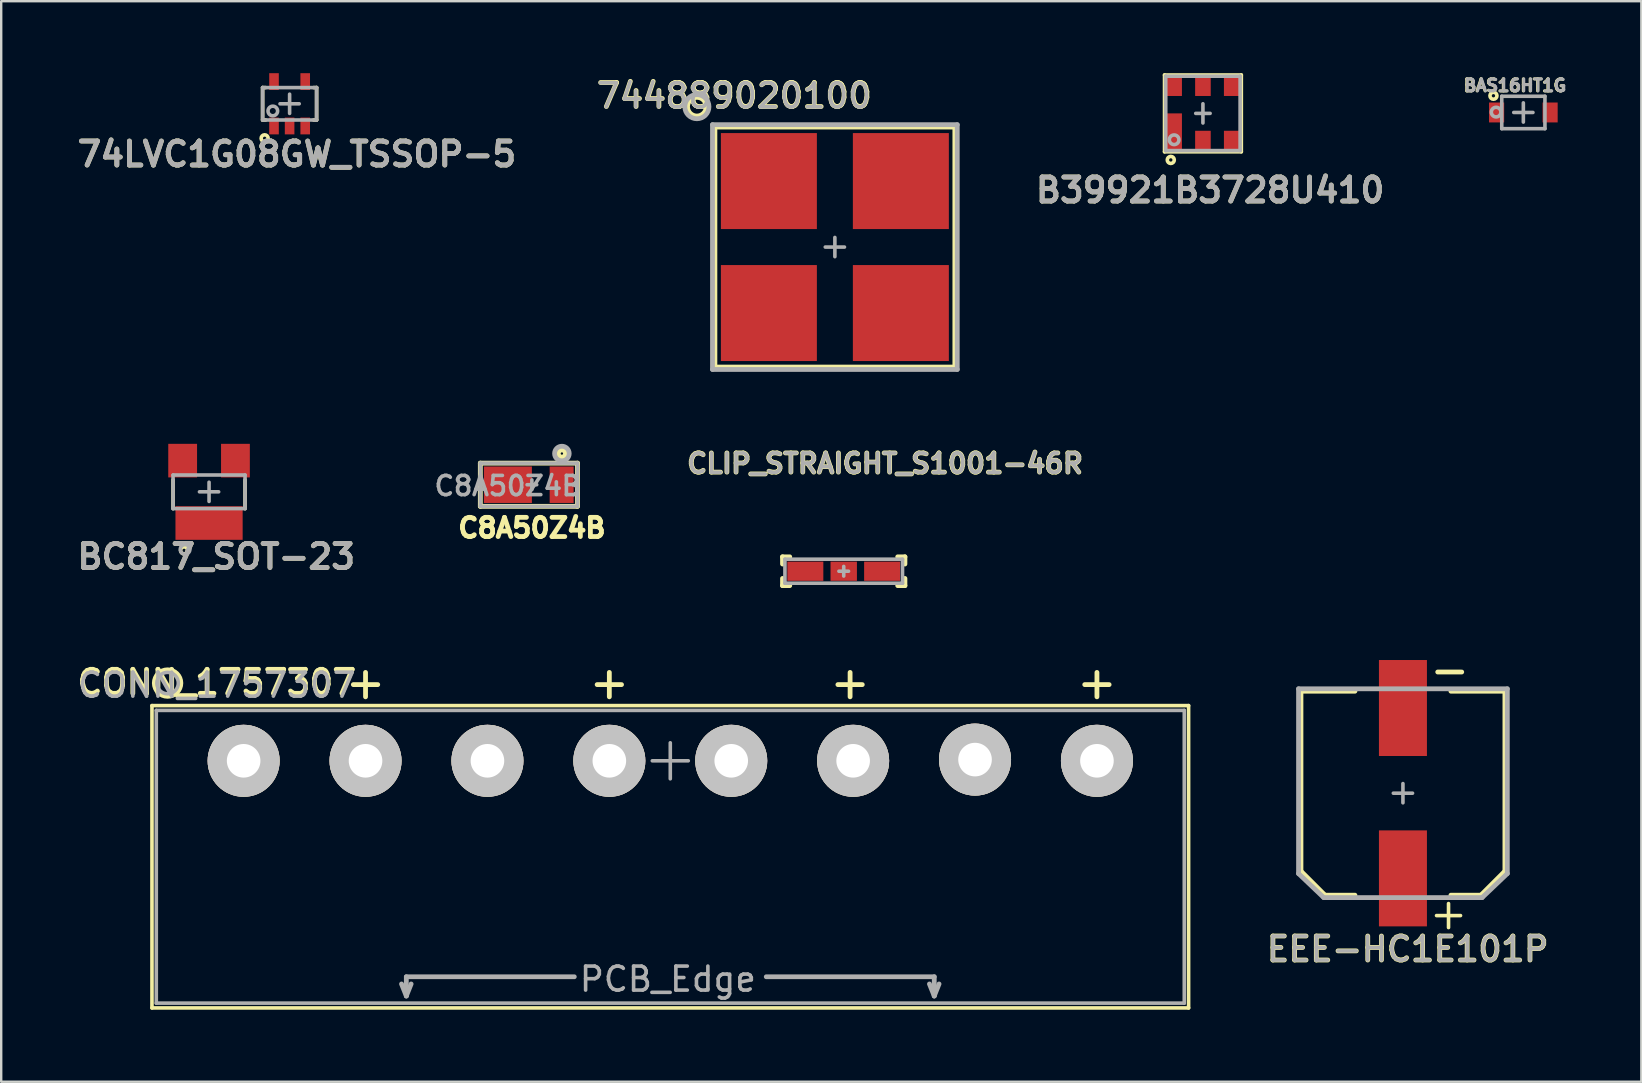
<source format=kicad_pcb>
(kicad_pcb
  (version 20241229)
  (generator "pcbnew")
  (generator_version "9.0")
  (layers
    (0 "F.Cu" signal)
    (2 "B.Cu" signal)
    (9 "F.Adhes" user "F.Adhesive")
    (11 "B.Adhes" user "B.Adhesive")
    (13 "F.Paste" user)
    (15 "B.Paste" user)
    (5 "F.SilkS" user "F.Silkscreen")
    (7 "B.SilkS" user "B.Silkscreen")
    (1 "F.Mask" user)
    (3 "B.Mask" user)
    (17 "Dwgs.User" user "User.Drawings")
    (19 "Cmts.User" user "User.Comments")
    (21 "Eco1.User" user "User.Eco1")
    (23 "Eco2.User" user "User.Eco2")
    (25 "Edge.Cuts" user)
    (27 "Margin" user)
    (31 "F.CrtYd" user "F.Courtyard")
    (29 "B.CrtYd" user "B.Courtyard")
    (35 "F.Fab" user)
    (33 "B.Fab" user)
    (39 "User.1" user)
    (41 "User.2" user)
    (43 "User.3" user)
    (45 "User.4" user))
  (footprint "BAS16HT1G"
    (layer "F.Cu")
    (at 60.433 1.637)
    (property "Reference" "BAS16HT1G" (at -0.358 -1.125 0) (layer "F.SilkS") (effects (font (size 0.5 0.5) (thickness 0.125))))
    (attr through_hole)
    (fp_circle (center -1.246 -0.697) (end -1.14 -0.597) (stroke (width 0.152) (type solid)) (fill no) (layer "F.SilkS"))
    (fp_line (start -0.9 -0.675) (end -0.9 0.675) (stroke (width 0.15) (type solid)) (layer "F.Fab"))
    (fp_line (start -0.9 -0.675) (end 0.9 -0.675) (stroke (width 0.15) (type solid)) (layer "F.Fab"))
    (fp_line (start -0.9 0.675) (end 0.9 0.675) (stroke (width 0.15) (type solid)) (layer "F.Fab"))
    (fp_line (start -0.4 0) (end 0.4 0) (stroke (width 0.15) (type solid)) (layer "F.Fab"))
    (fp_line (start 0 -0.4) (end 0 0.4) (stroke (width 0.15) (type solid)) (layer "F.Fab"))
    (fp_line (start 0.9 -0.675) (end 0.9 0.675) (stroke (width 0.15) (type solid)) (layer "F.Fab"))
    (fp_circle (center -1.135 -0.015) (end -0.935 -0.015) (stroke (width 0.15) (type solid)) (fill no) (layer "F.Fab"))
    (fp_text user "${REFERENCE}" (at -0.34 -1.125 0) (layer "F.Fab") (effects (font (size 0.5 0.5) (thickness 0.125))))
    (pad "1" smd rect (at -1.115 0) (size 0.63 0.83) (layers "F.Cu" "F.Mask" "F.Paste"))
    (pad "2" smd rect (at 1.115 0) (size 0.63 0.83) (layers "F.Cu" "F.Mask" "F.Paste")))
  (footprint "74LVC1G08GW_TSSOP-5"
    (layer "F.Cu")
    (at 9.019 1.275)
    (property "Reference" "74LVC1G08GW_TSSOP-5" (at 0.3 2.1 0) (layer "F.SilkS") (effects (font (size 1 1) (thickness 0.2))))
    (attr through_hole)
    (fp_line (start -1.125 -0.675) (end -1 -0.675) (stroke (width 0.15) (type solid)) (layer "F.SilkS"))
    (fp_line (start -1.125 0.675) (end -1.125 -0.675) (stroke (width 0.15) (type solid)) (layer "F.SilkS"))
    (fp_line (start -1.125 0.675) (end -1 0.675) (stroke (width 0.15) (type solid)) (layer "F.SilkS"))
    (fp_line (start 1.125 -0.675) (end 1 -0.675) (stroke (width 0.15) (type solid)) (layer "F.SilkS"))
    (fp_line (start 1.125 0.675) (end 1 0.675) (stroke (width 0.15) (type solid)) (layer "F.SilkS"))
    (fp_line (start 1.125 0.675) (end 1.125 -0.675) (stroke (width 0.15) (type solid)) (layer "F.SilkS"))
    (fp_circle (center -1.04 1.44) (end -0.933 1.54) (stroke (width 0.152) (type solid)) (fill no) (layer "F.SilkS"))
    (fp_line (start -1.125 -0.675) (end -1.125 0.675) (stroke (width 0.15) (type solid)) (layer "F.Fab"))
    (fp_line (start -0.4 0) (end 0.4 0) (stroke (width 0.15) (type solid)) (layer "F.Fab"))
    (fp_line (start 0 -0.4) (end 0 0.4) (stroke (width 0.15) (type solid)) (layer "F.Fab"))
    (fp_line (start 1.125 -0.675) (end -1.125 -0.675) (stroke (width 0.15) (type solid)) (layer "F.Fab"))
    (fp_line (start 1.125 -0.675) (end 1.125 0.675) (stroke (width 0.15) (type solid)) (layer "F.Fab"))
    (fp_line (start 1.125 0.675) (end -1.125 0.675) (stroke (width 0.15) (type solid)) (layer "F.Fab"))
    (fp_circle (center -0.7 0.3) (end -0.5 0.3) (stroke (width 0.15) (type solid)) (fill no) (layer "F.Fab"))
    (fp_text user "${REFERENCE}" (at 0.3 2.1 0) (layer "F.Fab") (effects (font (size 1 1) (thickness 0.2))))
    (pad "1" smd rect (at -0.65 0.925) (size 0.4 0.7) (layers "F.Cu" "F.Mask" "F.Paste"))
    (pad "2" smd rect (at 0 0.925) (size 0.4 0.7) (layers "F.Cu" "F.Mask" "F.Paste"))
    (pad "3" smd rect (at 0.65 0.925) (size 0.4 0.7) (layers "F.Cu" "F.Mask" "F.Paste"))
    (pad "4" smd rect (at 0.65 -0.925) (size 0.4 0.7) (layers "F.Cu" "F.Mask" "F.Paste"))
    (pad "5" smd rect (at -0.65 -0.925) (size 0.4 0.7) (layers "F.Cu" "F.Mask" "F.Paste")))
  (footprint "CLIP_STRAIGHT_S1001-46R"
    (layer "F.Cu")
    (at 32.111 20.755)
    (property "Reference" "CLIP_STRAIGHT_S1001-46R" (at 1.722 -4.49 0) (layer "F.SilkS") (effects (font (size 0.8 0.8) (thickness 0.2))))
    (attr through_hole)
    (fp_line (start -2.55 -0.6) (end -2.55 -0.3) (stroke (width 0.2) (type solid)) (layer "F.SilkS"))
    (fp_line (start -2.55 -0.6) (end -2.25 -0.6) (stroke (width 0.2) (type solid)) (layer "F.SilkS"))
    (fp_line (start -2.55 0.3) (end -2.55 0.6) (stroke (width 0.2) (type solid)) (layer "F.SilkS"))
    (fp_line (start -2.55 0.6) (end -2.25 0.6) (stroke (width 0.2) (type solid)) (layer "F.SilkS"))
    (fp_line (start 2.55 -0.6) (end 2.25 -0.6) (stroke (width 0.2) (type solid)) (layer "F.SilkS"))
    (fp_line (start 2.55 -0.3) (end 2.55 -0.6) (stroke (width 0.2) (type solid)) (layer "F.SilkS"))
    (fp_line (start 2.55 0.6) (end 2.25 0.6) (stroke (width 0.2) (type solid)) (layer "F.SilkS"))
    (fp_line (start 2.55 0.6) (end 2.55 0.3) (stroke (width 0.2) (type solid)) (layer "F.SilkS"))
    (fp_line (start -2.45 -0.5) (end 2.45 -0.5) (stroke (width 0.15) (type solid)) (layer "F.Fab"))
    (fp_line (start -2.45 0.5) (end -2.45 -0.5) (stroke (width 0.15) (type solid)) (layer "F.Fab"))
    (fp_line (start -2.45 0.5) (end 2.45 0.5) (stroke (width 0.15) (type solid)) (layer "F.Fab"))
    (fp_line (start -0.2 0) (end 0.2 0) (stroke (width 0.15) (type solid)) (layer "F.Fab"))
    (fp_line (start 0 -0.2) (end 0 0.2) (stroke (width 0.15) (type solid)) (layer "F.Fab"))
    (fp_line (start 2.45 -0.5) (end 2.45 0.5) (stroke (width 0.15) (type solid)) (layer "F.Fab"))
    (fp_text user "${REFERENCE}" (at 1.722 -4.49 0) (layer "F.Fab") (effects (font (size 0.8 0.8) (thickness 0.15))))
    (pad "1" connect rect (at -1.6 0) (size 1.5 0.8) (layers "F.Cu" "F.Mask"))
    (pad "1" smd rect (at 0 0) (size 1.1 0.8) (layers "F.Cu" "F.Mask" "F.Paste"))
    (pad "1" smd rect (at 1.6 0) (size 1.5 0.8) (layers "F.Cu" "F.Mask" "F.Paste")))
  (footprint "B39921B3728U410"
    (layer "F.Cu")
    (at 47.08 1.675)
    (property "Reference" "B39921B3728U410" (at 0.3 3.2 0) (layer "F.SilkS") (effects (font (size 1 1) (thickness 0.2))))
    (attr through_hole)
    (fp_line (start -1.6 -1.6) (end -1.6 1.6) (stroke (width 0.15) (type solid)) (layer "F.SilkS"))
    (fp_line (start 1.6 -1.6) (end -1.6 -1.6) (stroke (width 0.15) (type solid)) (layer "F.SilkS"))
    (fp_line (start 1.6 -1.6) (end 1.6 1.6) (stroke (width 0.15) (type solid)) (layer "F.SilkS"))
    (fp_line (start 1.6 1.6) (end -1.6 1.6) (stroke (width 0.15) (type solid)) (layer "F.SilkS"))
    (fp_circle (center -1.34 1.94) (end -1.233 2.04) (stroke (width 0.152) (type solid)) (fill no) (layer "F.SilkS"))
    (fp_line (start -1.55 -1.55) (end -1.55 1.55) (stroke (width 0.15) (type solid)) (layer "F.Fab"))
    (fp_line (start -1.55 -1.55) (end 1.55 -1.55) (stroke (width 0.15) (type solid)) (layer "F.Fab"))
    (fp_line (start -1.55 1.55) (end 1.55 1.55) (stroke (width 0.15) (type solid)) (layer "F.Fab"))
    (fp_line (start -0.3 0) (end 0.3 0) (stroke (width 0.15) (type solid)) (layer "F.Fab"))
    (fp_line (start 0 -0.4) (end 0 0.4) (stroke (width 0.15) (type solid)) (layer "F.Fab"))
    (fp_line (start 1.55 -1.55) (end 1.55 1.55) (stroke (width 0.15) (type solid)) (layer "F.Fab"))
    (fp_circle (center -1.2 1.1) (end -1 1.1) (stroke (width 0.15) (type solid)) (fill no) (layer "F.Fab"))
    (fp_text user "${REFERENCE}" (at 0.3 3.2 0) (layer "F.Fab") (effects (font (size 1 1) (thickness 0.2))))
    (pad "1" smd rect (at -1.2 0.775) (size 0.65 1.55) (layers "F.Cu" "F.Mask" "F.Paste"))
    (pad "2" smd rect (at 0 1.125) (size 0.65 0.8) (layers "F.Cu" "F.Mask" "F.Paste"))
    (pad "3" smd rect (at 1.2 1.125) (size 0.65 0.8) (layers "F.Cu" "F.Mask" "F.Paste"))
    (pad "4" smd rect (at 1.2 -1.125) (size 0.65 0.8) (layers "F.Cu" "F.Mask" "F.Paste"))
    (pad "5" smd rect (at 0 -1.125) (size 0.65 0.8) (layers "F.Cu" "F.Mask" "F.Paste"))
    (pad "6" smd rect (at -1.2 -1.125) (size 0.65 0.8) (layers "F.Cu" "F.Mask" "F.Paste")))
  (footprint "C8A50Z4B"
    (layer "F.Cu")
    (at 19.116 17.15)
    (property "Reference" "C8A50Z4B" (at 0 1.8 0) (layer "F.SilkS") (effects (font (size 0.8 0.8) (thickness 0.2))))
    (attr smd)
    (fp_line (start -2.15 -0.9) (end 1.9 -0.9) (stroke (width 0.2) (type solid)) (layer "F.SilkS"))
    (fp_line (start -2.15 0.9) (end -2.15 -0.9) (stroke (width 0.2) (type solid)) (layer "F.SilkS"))
    (fp_line (start 1.9 -0.9) (end 1.9 0.9) (stroke (width 0.2) (type solid)) (layer "F.SilkS"))
    (fp_line (start 1.9 0.9) (end -2.15 0.9) (stroke (width 0.2) (type solid)) (layer "F.SilkS"))
    (fp_circle (center 1.25 -1.3) (end 1.4 -1.3) (stroke (width 0.2) (type solid)) (fill no) (layer "F.SilkS"))
    (fp_line (start -2.15 -0.9) (end 1.9 -0.9) (stroke (width 0.15) (type solid)) (layer "F.Fab"))
    (fp_line (start -2.15 0.9) (end -2.15 -0.9) (stroke (width 0.15) (type solid)) (layer "F.Fab"))
    (fp_line (start -2.15 0.9) (end 1.9 0.9) (stroke (width 0.15) (type solid)) (layer "F.Fab"))
    (fp_line (start -0.2 0) (end 0.2 0) (stroke (width 0.15) (type solid)) (layer "F.Fab"))
    (fp_line (start 0 -0.2) (end 0 0.2) (stroke (width 0.15) (type solid)) (layer "F.Fab"))
    (fp_line (start 1.9 0.9) (end 1.9 -0.9) (stroke (width 0.15) (type solid)) (layer "F.Fab"))
    (fp_circle (center 1.25 -1.3) (end 1.55 -1.35) (stroke (width 0.2) (type solid)) (fill no) (layer "F.Fab"))
    (fp_text user "${REFERENCE}" (at -1 0.05 0) (layer "F.Fab") (effects (font (size 0.8 0.8) (thickness 0.15))))
    (pad "1" smd rect (at -1 0) (size 2 1.52) (layers "F.Cu" "F.Mask" "F.Paste"))
    (pad "2" smd rect (at 1.24 0) (size 1 1.52) (layers "F.Cu" "F.Mask" "F.Paste")))
  (footprint "EEE-HC1E101P"
    (layer "F.Cu")
    (at 55.415 30.005)
    (property "Reference" "EEE-HC1E101P" (at 0.2 6.5 0) (layer "F.SilkS") (effects (font (size 1 1) (thickness 0.2))))
    (attr through_hole)
    (fp_line (start -4.25 -4.25) (end -4.25 3.25) (stroke (width 0.2) (type solid)) (layer "F.SilkS"))
    (fp_line (start -4.25 -4.25) (end -2 -4.25) (stroke (width 0.2) (type solid)) (layer "F.SilkS"))
    (fp_line (start -4.25 3.25) (end -3.25 4.25) (stroke (width 0.2) (type solid)) (layer "F.SilkS"))
    (fp_line (start -3.25 4.25) (end -2 4.25) (stroke (width 0.2) (type solid)) (layer "F.SilkS"))
    (fp_line (start 1.4 5.1) (end 2.4 5.1) (stroke (width 0.15) (type solid)) (layer "F.SilkS"))
    (fp_line (start 1.45 -5.05) (end 2.45 -5.05) (stroke (width 0.2) (type solid)) (layer "F.SilkS"))
    (fp_line (start 1.9 4.6) (end 1.9 5.6) (stroke (width 0.15) (type solid)) (layer "F.SilkS"))
    (fp_line (start 2 -4.25) (end 4.25 -4.25) (stroke (width 0.2) (type solid)) (layer "F.SilkS"))
    (fp_line (start 2 4.25) (end 3.25 4.25) (stroke (width 0.2) (type solid)) (layer "F.SilkS"))
    (fp_line (start 4.25 -4.25) (end 4.25 3.25) (stroke (width 0.2) (type solid)) (layer "F.SilkS"))
    (fp_line (start 4.25 3.25) (end 3.25 4.25) (stroke (width 0.2) (type solid)) (layer "F.SilkS"))
    (fp_line (start -4.35 -4.35) (end -4.35 3.35) (stroke (width 0.2) (type solid)) (layer "F.Fab"))
    (fp_line (start -4.35 -4.35) (end 4.35 -4.35) (stroke (width 0.2) (type solid)) (layer "F.Fab"))
    (fp_line (start -4.35 3.35) (end -3.3 4.35) (stroke (width 0.2) (type solid)) (layer "F.Fab"))
    (fp_line (start -3.3 4.35) (end 3.3 4.35) (stroke (width 0.2) (type solid)) (layer "F.Fab"))
    (fp_line (start -0.4 0) (end 0.4 0) (stroke (width 0.15) (type solid)) (layer "F.Fab"))
    (fp_line (start 0 -0.4) (end 0 0.4) (stroke (width 0.15) (type solid)) (layer "F.Fab"))
    (fp_line (start 4.35 -4.35) (end 4.35 3.35) (stroke (width 0.2) (type solid)) (layer "F.Fab"))
    (fp_line (start 4.35 3.35) (end 3.3 4.35) (stroke (width 0.2) (type solid)) (layer "F.Fab"))
    (fp_text user "${REFERENCE}" (at 0.2 6.5 0) (layer "F.Fab") (effects (font (size 1 1) (thickness 0.15))))
    (pad "1" smd rect (at 0 3.55) (size 2 4) (layers "F.Cu" "F.Mask" "F.Paste"))
    (pad "2" smd rect (at 0 -3.55) (size 2 4) (layers "F.Cu" "F.Mask" "F.Paste")))
  (footprint "CONN_1757307"
    (layer "F.Cu")
    (at 24.883 28.655)
    (property "Reference" "CONN_1757307" (at -18.898 -3.264 0) (layer "F.SilkS") (effects (font (size 1 1) (thickness 0.2))))
    (attr through_hole)
    (fp_line (start -21.6 -2.3) (end -21.6 10.3) (stroke (width 0.15) (type solid)) (layer "F.SilkS"))
    (fp_line (start -21.6 -2.3) (end 21.6 -2.3) (stroke (width 0.15) (type solid)) (layer "F.SilkS"))
    (fp_line (start -21.6 10.3) (end 21.6 10.3) (stroke (width 0.15) (type solid)) (layer "F.SilkS"))
    (fp_line (start -13.208 -3.175) (end -12.192 -3.175) (stroke (width 0.2) (type solid)) (layer "F.SilkS"))
    (fp_line (start -12.7 -3.683) (end -12.7 -2.667) (stroke (width 0.2) (type solid)) (layer "F.SilkS"))
    (fp_line (start -3.048 -3.175) (end -2.032 -3.175) (stroke (width 0.2) (type solid)) (layer "F.SilkS"))
    (fp_line (start -2.54 -3.683) (end -2.54 -2.667) (stroke (width 0.2) (type solid)) (layer "F.SilkS"))
    (fp_line (start 6.985 -3.175) (end 8.001 -3.175) (stroke (width 0.2) (type solid)) (layer "F.SilkS"))
    (fp_line (start 7.493 -3.683) (end 7.493 -2.667) (stroke (width 0.2) (type solid)) (layer "F.SilkS"))
    (fp_line (start 17.272 -3.175) (end 18.288 -3.175) (stroke (width 0.2) (type solid)) (layer "F.SilkS"))
    (fp_line (start 17.78 -3.683) (end 17.78 -2.667) (stroke (width 0.2) (type solid)) (layer "F.SilkS"))
    (fp_line (start 21.6 -2.3) (end 21.6 10.3) (stroke (width 0.15) (type solid)) (layer "F.SilkS"))
    (fp_circle (center -20.949 -3.239) (end -20.399 -3.189) (stroke (width 0.2) (type solid)) (fill no) (layer "F.SilkS"))
    (fp_line (start -21.42 -2.1) (end -21.42 10.1) (stroke (width 0.15) (type solid)) (layer "F.Fab"))
    (fp_line (start -21.42 10.1) (end 21.42 10.1) (stroke (width 0.15) (type solid)) (layer "F.Fab"))
    (fp_line (start -11 9) (end -11 9.8) (stroke (width 0.2) (type solid)) (layer "F.Fab"))
    (fp_line (start -11 9.8) (end -11.2 9.3) (stroke (width 0.2) (type solid)) (layer "F.Fab"))
    (fp_line (start -11 9.8) (end -10.8 9.3) (stroke (width 0.2) (type solid)) (layer "F.Fab"))
    (fp_line (start -4 9) (end -11 9) (stroke (width 0.2) (type solid)) (layer "F.Fab"))
    (fp_line (start -0.75 0) (end 0.75 0) (stroke (width 0.15) (type solid)) (layer "F.Fab"))
    (fp_line (start 0 -0.75) (end 0 0.75) (stroke (width 0.15) (type solid)) (layer "F.Fab"))
    (fp_line (start 4 9) (end 11 9) (stroke (width 0.2) (type solid)) (layer "F.Fab"))
    (fp_line (start 11 9) (end 11 9.8) (stroke (width 0.2) (type solid)) (layer "F.Fab"))
    (fp_line (start 11 9.8) (end 10.8 9.3) (stroke (width 0.2) (type solid)) (layer "F.Fab"))
    (fp_line (start 11 9.8) (end 11.2 9.3) (stroke (width 0.2) (type solid)) (layer "F.Fab"))
    (fp_line (start 21.42 -2.1) (end -21.42 -2.1) (stroke (width 0.15) (type solid)) (layer "F.Fab"))
    (fp_line (start 21.42 -2.1) (end 21.42 10.1) (stroke (width 0.15) (type solid)) (layer "F.Fab"))
    (fp_circle (center -20.949 -3.239) (end -20.549 -3.039) (stroke (width 0.15) (type solid)) (fill no) (layer "F.Fab"))
    (fp_text user "PCB_Edge" (at -0.1 9.1 0) (layer "F.Fab") (effects (font (size 1 1) (thickness 0.15))))
    (fp_text user "${REFERENCE}" (at -18.898 -3.15 0) (layer "F.Fab") (effects (font (size 1 1) (thickness 0.15))))
    (pad "1" thru_hole circle (at -17.78 0) (size 3 3) (drill 1.4) (layers "*.Cu" "*.Mask" "F.SilkS" "Dwgs.User"))
    (pad "2" thru_hole circle (at -12.7 0) (size 3 3) (drill 1.4) (layers "*.Cu" "*.Mask" "F.SilkS" "Dwgs.User"))
    (pad "3" thru_hole circle (at -7.62 0) (size 3 3) (drill 1.4) (layers "*.Cu" "*.Mask" "F.SilkS" "Dwgs.User"))
    (pad "4" thru_hole circle (at -2.54 0) (size 3 3) (drill 1.4) (layers "*.Cu" "*.Mask" "F.SilkS" "Dwgs.User"))
    (pad "5" thru_hole circle (at 2.54 0) (size 3 3) (drill 1.4) (layers "*.Cu" "*.Mask" "F.SilkS" "Dwgs.User"))
    (pad "6" thru_hole circle (at 7.62 0) (size 3 3) (drill 1.4) (layers "*.Cu" "*.Mask" "F.SilkS" "Dwgs.User"))
    (pad "7" thru_hole circle (at 12.7 -0.05) (size 3 3) (drill 1.4) (layers "*.Cu" "*.Mask" "F.SilkS" "Dwgs.User"))
    (pad "8" thru_hole circle (at 17.78 0) (size 3 3) (drill 1.4) (layers "*.Cu" "*.Mask" "F.SilkS" "Dwgs.User")))
  (footprint "BC817_SOT-23"
    (layer "F.Cu")
    (at 5.662 17.446)
    (property "Reference" "BC817_SOT-23" (at 0.3 2.7 0) (layer "F.SilkS") (effects (font (size 1 1) (thickness 0.2))))
    (attr through_hole)
    (fp_line (start -1.5 0.7) (end -1.5 -0.5) (stroke (width 0.15) (type solid)) (layer "F.SilkS"))
    (fp_line (start 1.5 0.7) (end 1.5 -0.5) (stroke (width 0.15) (type solid)) (layer "F.SilkS"))
    (fp_circle (center -1.04 2.44) (end -0.933 2.54) (stroke (width 0.152) (type solid)) (fill no) (layer "F.SilkS"))
    (fp_line (start -1.5 -0.7) (end -1.5 0.7) (stroke (width 0.15) (type solid)) (layer "F.Fab"))
    (fp_line (start -1.5 -0.7) (end 1.5 -0.7) (stroke (width 0.15) (type solid)) (layer "F.Fab"))
    (fp_line (start -1.5 0.7) (end 1.5 0.7) (stroke (width 0.15) (type solid)) (layer "F.Fab"))
    (fp_line (start -0.4 0) (end 0.4 0) (stroke (width 0.15) (type solid)) (layer "F.Fab"))
    (fp_line (start 0 -0.4) (end 0 0.4) (stroke (width 0.15) (type solid)) (layer "F.Fab"))
    (fp_line (start 1.5 -0.7) (end 1.5 0.7) (stroke (width 0.15) (type solid)) (layer "F.Fab"))
    (fp_circle (center -1 2.4) (end -0.8 2.4) (stroke (width 0.15) (type solid)) (fill no) (layer "F.Fab"))
    (fp_text user "${REFERENCE}" (at 0.3 2.7 0) (layer "F.Fab") (effects (font (size 1 1) (thickness 0.2))))
    (pad "1" smd rect (at 0 1.3) (size 2.8 1.4) (layers "F.Cu" "F.Mask" "F.Paste"))
    (pad "2" smd rect (at 1.1 -1.3) (size 1.2 1.4) (layers "F.Cu" "F.Mask" "F.Paste"))
    (pad "3" smd rect (at -1.1 -1.3) (size 1.2 1.4) (layers "F.Cu" "F.Mask" "F.Paste")))
  (footprint "744889020100"
    (layer "F.Cu")
    (at 31.742 7.246)
    (property "Reference" "744889020100" (at -4.19 -6.31 0) (layer "F.SilkS") (effects (font (size 1 1) (thickness 0.2))))
    (attr smd)
    (fp_line (start -5 -5) (end -5 5) (stroke (width 0.2) (type solid)) (layer "F.SilkS"))
    (fp_line (start -5 -5) (end 5 -5) (stroke (width 0.2) (type solid)) (layer "F.SilkS"))
    (fp_line (start 5 -5) (end 5 5) (stroke (width 0.2) (type solid)) (layer "F.SilkS"))
    (fp_line (start 5 5) (end -5 5) (stroke (width 0.2) (type solid)) (layer "F.SilkS"))
    (fp_circle (center -5.75 -5.85) (end -5.45 -5.6) (stroke (width 0.2) (type solid)) (fill no) (layer "F.SilkS"))
    (fp_line (start -5.1 5.1) (end -5.1 -5.1) (stroke (width 0.2) (type solid)) (layer "F.Fab"))
    (fp_line (start -5.1 5.1) (end 5.1 5.1) (stroke (width 0.2) (type solid)) (layer "F.Fab"))
    (fp_line (start -0.4 0) (end 0.4 0) (stroke (width 0.15) (type solid)) (layer "F.Fab"))
    (fp_line (start 0 -0.4) (end 0 0.4) (stroke (width 0.15) (type solid)) (layer "F.Fab"))
    (fp_line (start 5.1 -5.1) (end -5.1 -5.1) (stroke (width 0.2) (type solid)) (layer "F.Fab"))
    (fp_line (start 5.1 -5.1) (end 5.1 5.1) (stroke (width 0.2) (type solid)) (layer "F.Fab"))
    (fp_circle (center -5.75 -5.85) (end -5.25 -5.9) (stroke (width 0.2) (type solid)) (fill no) (layer "F.Fab"))
    (fp_text user "${REFERENCE}" (at -4.2 -6.3 0) (layer "F.Fab") (effects (font (size 1 1) (thickness 0.15))))
    (pad "1" smd rect (at -2.75 -2.75) (size 4 4) (layers "F.Cu" "F.Mask" "F.Paste"))
    (pad "2" smd rect (at -2.75 2.75) (size 4 4) (layers "F.Cu" "F.Mask" "F.Paste"))
    (pad "3" smd rect (at 2.75 2.75) (size 4 4) (layers "F.Cu" "F.Mask" "F.Paste"))
    (pad "4" smd rect (at 2.75 -2.75) (size 4 4) (layers "F.Cu" "F.Mask" "F.Paste")))
  (gr_rect
    (start -3 -3)
    (end 65.35 42.03)
    (stroke (width 0.1) (type default))
    (fill no)
    (layer "Edge.Cuts")))
</source>
